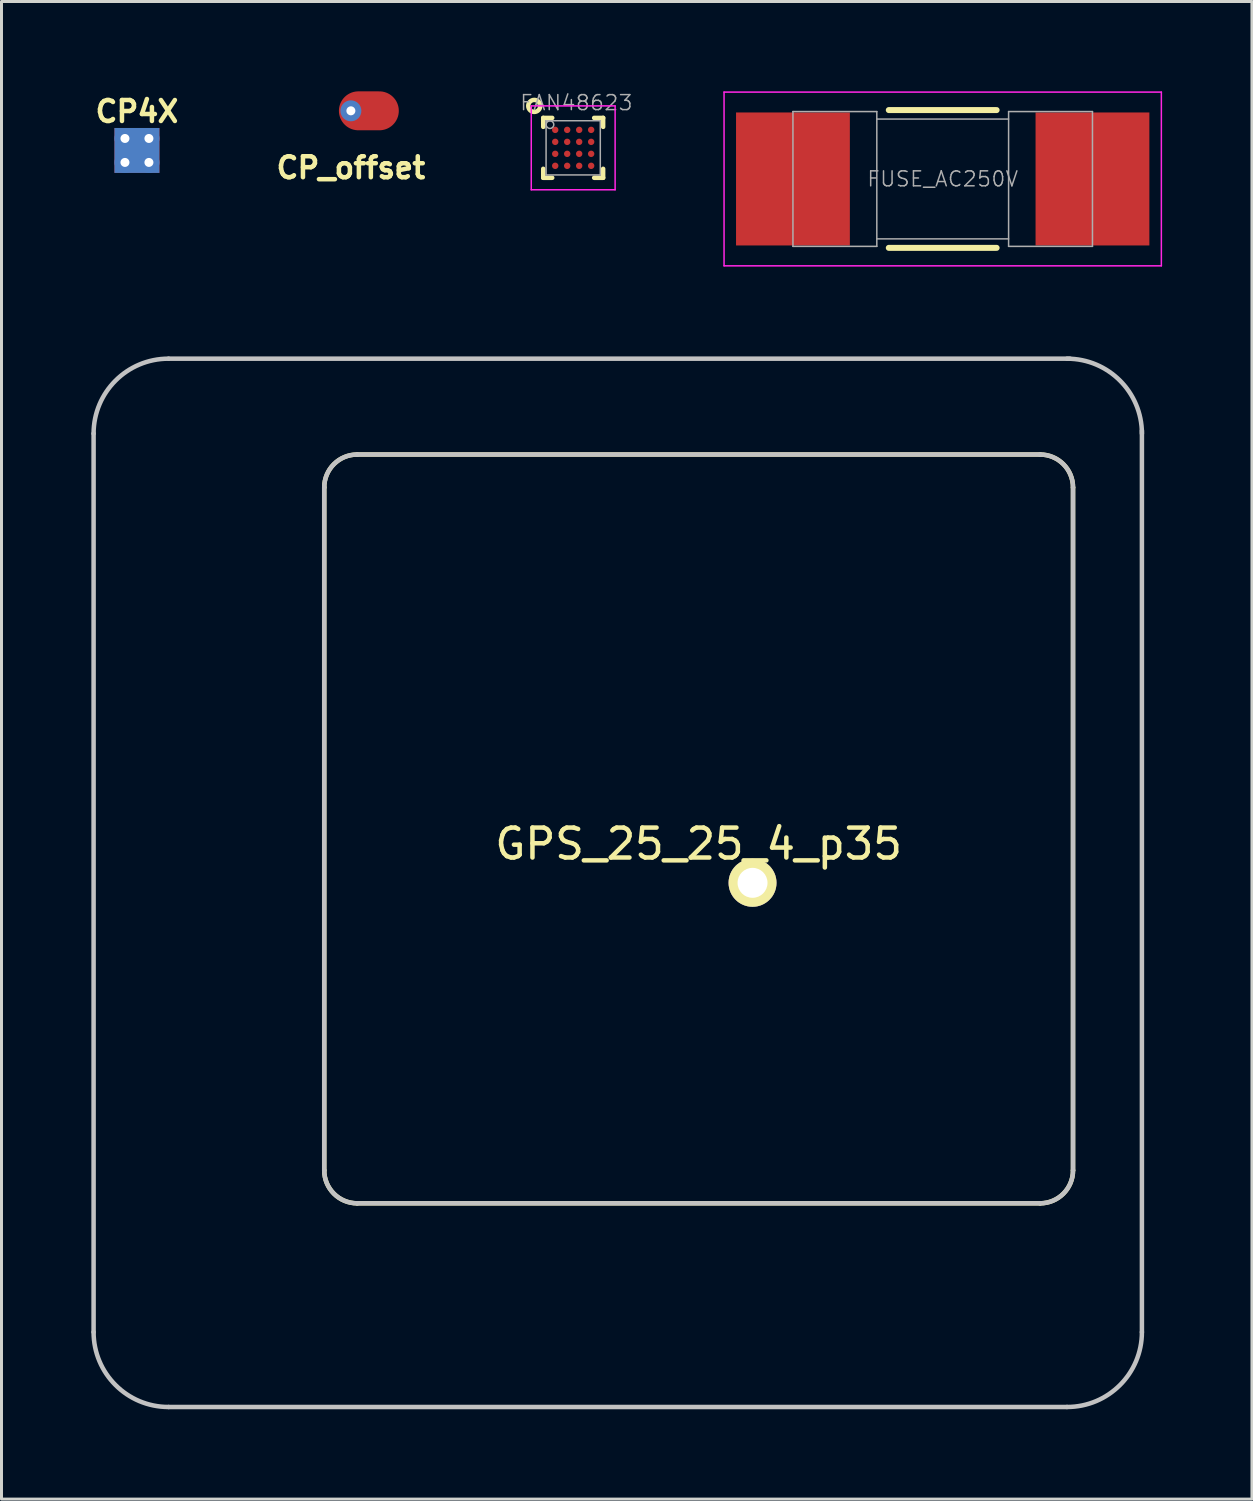
<source format=kicad_pcb>
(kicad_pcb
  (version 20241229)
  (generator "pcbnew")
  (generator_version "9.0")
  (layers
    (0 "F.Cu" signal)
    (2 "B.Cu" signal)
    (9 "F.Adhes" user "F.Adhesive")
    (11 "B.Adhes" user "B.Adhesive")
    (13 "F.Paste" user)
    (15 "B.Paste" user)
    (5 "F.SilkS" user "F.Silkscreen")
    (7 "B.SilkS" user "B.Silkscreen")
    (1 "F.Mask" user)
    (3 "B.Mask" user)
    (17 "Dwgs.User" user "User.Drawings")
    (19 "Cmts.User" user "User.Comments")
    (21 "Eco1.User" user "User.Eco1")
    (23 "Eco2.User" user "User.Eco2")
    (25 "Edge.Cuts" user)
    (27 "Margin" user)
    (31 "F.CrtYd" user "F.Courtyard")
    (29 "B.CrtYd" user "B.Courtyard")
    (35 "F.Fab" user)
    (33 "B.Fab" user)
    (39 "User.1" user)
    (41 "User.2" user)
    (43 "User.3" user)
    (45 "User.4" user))
  (footprint "FAN48623"
    (layer "F.Cu")
    (at 16.087 1.886)
    (property "Reference" "FAN48623" (at 0.106 -1.506 0) (layer "F.Fab") (effects (font (size 0.5 0.5) (thickness 0.05))))
    (attr smd)
    (fp_line (start -1 -1) (end -1 -0.7) (stroke (width 0.15) (type solid)) (layer "F.SilkS"))
    (fp_line (start -1 -1) (end -0.7 -1) (stroke (width 0.15) (type solid)) (layer "F.SilkS"))
    (fp_line (start -1 1) (end -1 0.7) (stroke (width 0.15) (type solid)) (layer "F.SilkS"))
    (fp_line (start -0.7 1) (end -1 1) (stroke (width 0.15) (type solid)) (layer "F.SilkS"))
    (fp_line (start 0.7 -1) (end 1 -1) (stroke (width 0.15) (type solid)) (layer "F.SilkS"))
    (fp_line (start 1 -1) (end 1 -0.7) (stroke (width 0.15) (type solid)) (layer "F.SilkS"))
    (fp_line (start 1 0.7) (end 1 1) (stroke (width 0.15) (type solid)) (layer "F.SilkS"))
    (fp_line (start 1 1) (end 0.7 1) (stroke (width 0.15) (type solid)) (layer "F.SilkS"))
    (fp_circle (center -1.3 -1.4) (end -1.3 -1.2) (stroke (width 0.15) (type solid)) (fill no) (layer "F.SilkS"))
    (fp_line (start -1.4 -1.4) (end 1.4 -1.4) (stroke (width 0.05) (type solid)) (layer "F.CrtYd"))
    (fp_line (start -1.4 1.4) (end -1.4 -1.4) (stroke (width 0.05) (type solid)) (layer "F.CrtYd"))
    (fp_line (start 1.4 -1.4) (end 1.4 1.4) (stroke (width 0.05) (type solid)) (layer "F.CrtYd"))
    (fp_line (start 1.4 1.4) (end -1.4 1.4) (stroke (width 0.05) (type solid)) (layer "F.CrtYd"))
    (fp_line (start -0.905 -0.905) (end -0.905 0.905) (stroke (width 0.05) (type solid)) (layer "F.Fab"))
    (fp_line (start -0.905 -0.905) (end 0.905 -0.905) (stroke (width 0.05) (type solid)) (layer "F.Fab"))
    (fp_line (start -0.905 0.905) (end 0.905 0.905) (stroke (width 0.05) (type solid)) (layer "F.Fab"))
    (fp_line (start 0.905 -0.905) (end 0.905 0.905) (stroke (width 0.05) (type solid)) (layer "F.Fab"))
    (fp_circle (center -0.775 -0.775) (end -0.8 -0.65) (stroke (width 0.05) (type solid)) (fill no) (layer "F.Fab"))
    (pad "A1" smd circle (at -0.6 -0.6) (size 0.215 0.215) (layers "F.Cu" "F.Mask" "F.Paste"))
    (pad "A2" smd circle (at -0.2 -0.6 90) (size 0.215 0.215) (layers "F.Cu" "F.Mask" "F.Paste"))
    (pad "A3" smd circle (at 0.2 -0.6) (size 0.215 0.215) (layers "F.Cu" "F.Mask" "F.Paste"))
    (pad "A4" smd circle (at 0.6 -0.6) (size 0.215 0.215) (layers "F.Cu" "F.Mask" "F.Paste"))
    (pad "B1" smd circle (at -0.6 -0.2) (size 0.215 0.215) (layers "F.Cu" "F.Mask" "F.Paste"))
    (pad "B2" smd circle (at -0.2 -0.2) (size 0.215 0.215) (layers "F.Cu" "F.Mask" "F.Paste"))
    (pad "B3" smd circle (at 0.2 -0.2) (size 0.215 0.215) (layers "F.Cu" "F.Mask" "F.Paste"))
    (pad "B4" smd circle (at 0.6 -0.2) (size 0.215 0.215) (layers "F.Cu" "F.Mask" "F.Paste"))
    (pad "C1" smd circle (at -0.6 0.2) (size 0.215 0.215) (layers "F.Cu" "F.Mask" "F.Paste"))
    (pad "C2" smd circle (at -0.2 0.2) (size 0.215 0.215) (layers "F.Cu" "F.Mask" "F.Paste"))
    (pad "C3" smd circle (at 0.2 0.2) (size 0.215 0.215) (layers "F.Cu" "F.Mask" "F.Paste"))
    (pad "C4" smd circle (at 0.6 0.2) (size 0.215 0.215) (layers "F.Cu" "F.Mask" "F.Paste"))
    (pad "D1" smd circle (at -0.6 0.6) (size 0.215 0.215) (layers "F.Cu" "F.Mask" "F.Paste"))
    (pad "D2" smd circle (at -0.2 0.6) (size 0.215 0.215) (layers "F.Cu" "F.Mask" "F.Paste"))
    (pad "D3" smd circle (at 0.2 0.6) (size 0.215 0.215) (layers "F.Cu" "F.Mask" "F.Paste"))
    (pad "D4" smd circle (at 0.6 0.6) (size 0.215 0.215) (layers "F.Cu" "F.Mask" "F.Paste")))
  (footprint "FUSE_AC250V"
    (layer "F.Cu")
    (at 28.424 2.925)
    (property "Reference" "FUSE_AC250V" (at 0 0 0) (layer "F.Fab") (effects (font (size 0.5 0.5) (thickness 0.05))))
    (attr smd)
    (fp_line (start -1.8 2.3) (end 1.8 2.3) (stroke (width 0.2) (type solid)) (layer "F.SilkS"))
    (fp_line (start 1.8 -2.3) (end -1.8 -2.3) (stroke (width 0.2) (type solid)) (layer "F.SilkS"))
    (fp_line (start -7.3 -2.9) (end 7.3 -2.9) (stroke (width 0.05) (type solid)) (layer "F.CrtYd"))
    (fp_line (start -7.3 2.9) (end -7.3 -2.9) (stroke (width 0.05) (type solid)) (layer "F.CrtYd"))
    (fp_line (start 7.3 -2.9) (end 7.3 2.9) (stroke (width 0.05) (type solid)) (layer "F.CrtYd"))
    (fp_line (start 7.3 2.9) (end -7.3 2.9) (stroke (width 0.05) (type solid)) (layer "F.CrtYd"))
    (fp_line (start -5 -2.25) (end -5 2.25) (stroke (width 0.05) (type solid)) (layer "F.Fab"))
    (fp_line (start -5 -2.25) (end -2.2 -2.25) (stroke (width 0.05) (type solid)) (layer "F.Fab"))
    (fp_line (start -5 2.25) (end -2.2 2.25) (stroke (width 0.05) (type solid)) (layer "F.Fab"))
    (fp_line (start -2.2 -2.25) (end -2.2 2.25) (stroke (width 0.05) (type solid)) (layer "F.Fab"))
    (fp_line (start -2.2 -2) (end 2.2 -2) (stroke (width 0.05) (type solid)) (layer "F.Fab"))
    (fp_line (start -2.2 2) (end 2.2 2) (stroke (width 0.05) (type solid)) (layer "F.Fab"))
    (fp_line (start 2.2 -2.25) (end 2.2 2.25) (stroke (width 0.05) (type solid)) (layer "F.Fab"))
    (fp_line (start 2.2 -2.25) (end 5 -2.25) (stroke (width 0.05) (type solid)) (layer "F.Fab"))
    (fp_line (start 2.2 2.25) (end 5 2.25) (stroke (width 0.05) (type solid)) (layer "F.Fab"))
    (fp_line (start 5 -2.25) (end 5 2.25) (stroke (width 0.05) (type solid)) (layer "F.Fab"))
    (pad "1" smd rect (at -5 0) (size 3.8 4.44) (layers "F.Cu" "F.Mask" "F.Paste"))
    (pad "2" smd rect (at 5 0) (size 3.8 4.44) (layers "F.Cu" "F.Mask" "F.Paste")))
  (footprint "CP_offset"
    (layer "F.Cu")
    (at 8.665 0.65)
    (property "Reference" "CP_offset" (at 0 1.9 0) (layer "F.SilkS") (effects (font (size 0.7 0.7) (thickness 0.15))))
    (attr through_hole)
    (pad "1" thru_hole circle (at 0 0) (size 0.7 0.7) (drill 0.3) (layers "*.Cu"))
    (pad "1" smd oval (at 0 0) (size 2 1.3) (drill (offset 0.6 0)) (layers "F.Cu" "F.Mask")))
  (footprint "CP4X"
    (layer "F.Cu")
    (at 1.522 1.973)
    (property "Reference" "CP4X" (at 0 -1.3 0) (layer "F.SilkS") (effects (font (size 0.7 0.7) (thickness 0.15))))
    (attr through_hole)
    (pad "1" thru_hole circle (at -0.4 -0.4 45) (size 0.7 0.7) (drill 0.3) (layers "*.Cu"))
    (pad "1" thru_hole circle (at -0.4 0.4 45) (size 0.7 0.7) (drill 0.3) (layers "*.Cu"))
    (pad "1" smd rect (at 0 0) (size 1.5 1.5) (layers "F.Cu" "F.Mask"))
    (pad "1" smd rect (at 0 0) (size 1.5 1.5) (layers "B.Cu"))
    (pad "1" thru_hole circle (at 0.4 -0.4 45) (size 0.7 0.7) (drill 0.3) (layers "*.Cu"))
    (pad "1" thru_hole circle (at 0.4 0.4 45) (size 0.7 0.7) (drill 0.3) (layers "*.Cu")))
  (footprint "GPS_25_25_4_p35"
    (layer "F.Cu")
    (at 20.275 24.625)
    (property "Reference" "GPS_25_25_4_p35" (at 0 0.5 0) (layer "F.SilkS") (effects (font (size 1 1) (thickness 0.15))))
    (attr through_hole)
    (fp_line (start -12.5 11.4) (end -12.5 -11.4) (stroke (width 0.15) (type solid)) (layer "F.SilkS"))
    (fp_line (start -11.4 -12.5) (end 11.4 -12.5) (stroke (width 0.15) (type solid)) (layer "F.SilkS"))
    (fp_line (start 11.4 12.5) (end -11.4 12.5) (stroke (width 0.15) (type solid)) (layer "F.SilkS"))
    (fp_line (start 12.5 -11.4) (end 12.5 11.4) (stroke (width 0.15) (type solid)) (layer "F.SilkS"))
    (fp_arc (start -12.5 -11.4) (mid -12.177817 -12.177817) (end -11.4 -12.5) (stroke (width 0.15) (type solid)) (layer "F.SilkS"))
    (fp_arc (start -11.4 12.5) (mid -12.177817 12.177817) (end -12.5 11.4) (stroke (width 0.15) (type solid)) (layer "F.SilkS"))
    (fp_arc (start 11.4 -12.5) (mid 12.177817 -12.177817) (end 12.5 -11.4) (stroke (width 0.15) (type solid)) (layer "F.SilkS"))
    (fp_arc (start 12.5 11.4) (mid 12.177817 12.177817) (end 11.4 12.5) (stroke (width 0.15) (type solid)) (layer "F.SilkS"))
    (fp_line (start -20.2 -13.2) (end -20.2 16.8) (stroke (width 0.15) (type solid)) (layer "Dwgs.User"))
    (fp_line (start -17.7 -15.7) (end 12.4 -15.7) (stroke (width 0.15) (type solid)) (layer "Dwgs.User"))
    (fp_line (start -17.7 19.3) (end 12.3 19.3) (stroke (width 0.15) (type solid)) (layer "Dwgs.User"))
    (fp_line (start -12.5 11.4) (end -12.5 -11.4) (stroke (width 0.15) (type solid)) (layer "Dwgs.User"))
    (fp_line (start -11.4 -12.5) (end 11.4 -12.5) (stroke (width 0.15) (type solid)) (layer "Dwgs.User"))
    (fp_line (start 11.4 12.5) (end -11.4 12.5) (stroke (width 0.15) (type solid)) (layer "Dwgs.User"))
    (fp_line (start 12.5 -11.4) (end 12.5 11.4) (stroke (width 0.15) (type solid)) (layer "Dwgs.User"))
    (fp_line (start 14.8 -13.3) (end 14.8 16.8) (stroke (width 0.15) (type solid)) (layer "Dwgs.User"))
    (fp_arc (start -20.2 -13.2) (mid -19.467767 -14.967767) (end -17.7 -15.7) (stroke (width 0.15) (type solid)) (layer "Dwgs.User"))
    (fp_arc (start -17.7 19.3) (mid -19.467767 18.567767) (end -20.2 16.8) (stroke (width 0.15) (type solid)) (layer "Dwgs.User"))
    (fp_arc (start -12.5 -11.4) (mid -12.177817 -12.177817) (end -11.4 -12.5) (stroke (width 0.15) (type solid)) (layer "Dwgs.User"))
    (fp_arc (start -11.4 12.5) (mid -12.177817 12.177817) (end -12.5 11.4) (stroke (width 0.15) (type solid)) (layer "Dwgs.User"))
    (fp_arc (start 11.4 -12.5) (mid 12.177817 -12.177817) (end 12.5 -11.4) (stroke (width 0.15) (type solid)) (layer "Dwgs.User"))
    (fp_arc (start 12.3 -15.7) (mid 14.067767 -14.967767) (end 14.8 -13.2) (stroke (width 0.15) (type solid)) (layer "Dwgs.User"))
    (fp_arc (start 12.5 11.4) (mid 12.177817 12.177817) (end 11.4 12.5) (stroke (width 0.15) (type solid)) (layer "Dwgs.User"))
    (fp_arc (start 14.8 16.8) (mid 14.067767 18.567767) (end 12.3 19.3) (stroke (width 0.15) (type solid)) (layer "Dwgs.User"))
    (pad "1" thru_hole circle (at 1.8 1.8) (size 1.6 1.6) (drill 1) (layers "*.Cu" "*.Mask" "F.SilkS")))
  (gr_rect
    (start -3 -3)
    (end 38.749 47)
    (stroke (width 0.1) (type default))
    (fill no)
    (layer "Edge.Cuts")))
</source>
